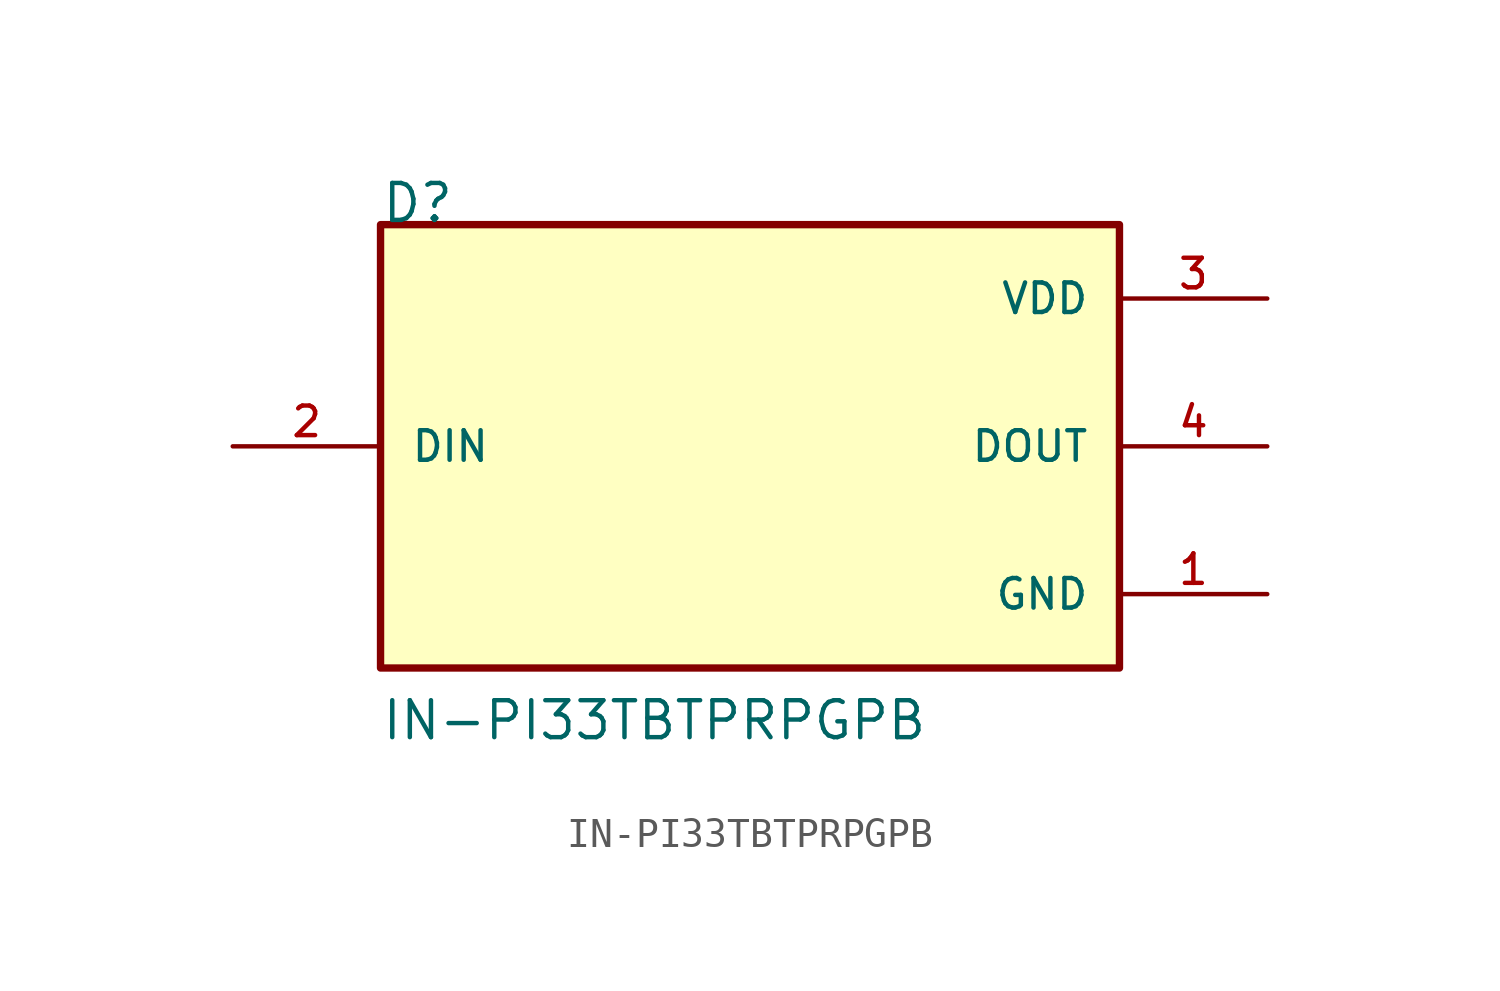
<source format=kicad_sym>
(kicad_symbol_lib
  (version 20231120)
  (generator "kicad_symbol_editor")
  (generator_version "8.0")
  (symbol "IN-PI33TBTPRPGPB"
    (pin_names
      (offset 1.016))
    (property "Reference" "D"
      (at -12.7 7.62 0)
      (effects (font (size 1.27 1.27)) (justify left bottom)))
    (property "Value" "IN-PI33TBTPRPGPB"
      (at -12.7 -10.16 0)
      (effects (font (size 1.27 1.27)) (justify left bottom)))
    (symbol "IN-PI33TBTPRPGPB_0_0"
      (rectangle (start -12.7 -7.62) (end 12.7 7.62) (stroke (width 0.254) (type default)) (fill (type background)))
      (pin power_in line (at 17.78 -5.08 180) (length 5.08) (name "GND" (effects (font (size 1.016 1.016)))) (number "1" (effects (font (size 1.016 1.016)))))
      (pin input line (at -17.78 0 0) (length 5.08) (name "DIN" (effects (font (size 1.016 1.016)))) (number "2" (effects (font (size 1.016 1.016)))))
      (pin power_in line (at 17.78 5.08 180) (length 5.08) (name "VDD" (effects (font (size 1.016 1.016)))) (number "3" (effects (font (size 1.016 1.016)))))
      (pin output line (at 17.78 0 180) (length 5.08) (name "DOUT" (effects (font (size 1.016 1.016)))) (number "4" (effects (font (size 1.016 1.016))))))))
</source>
